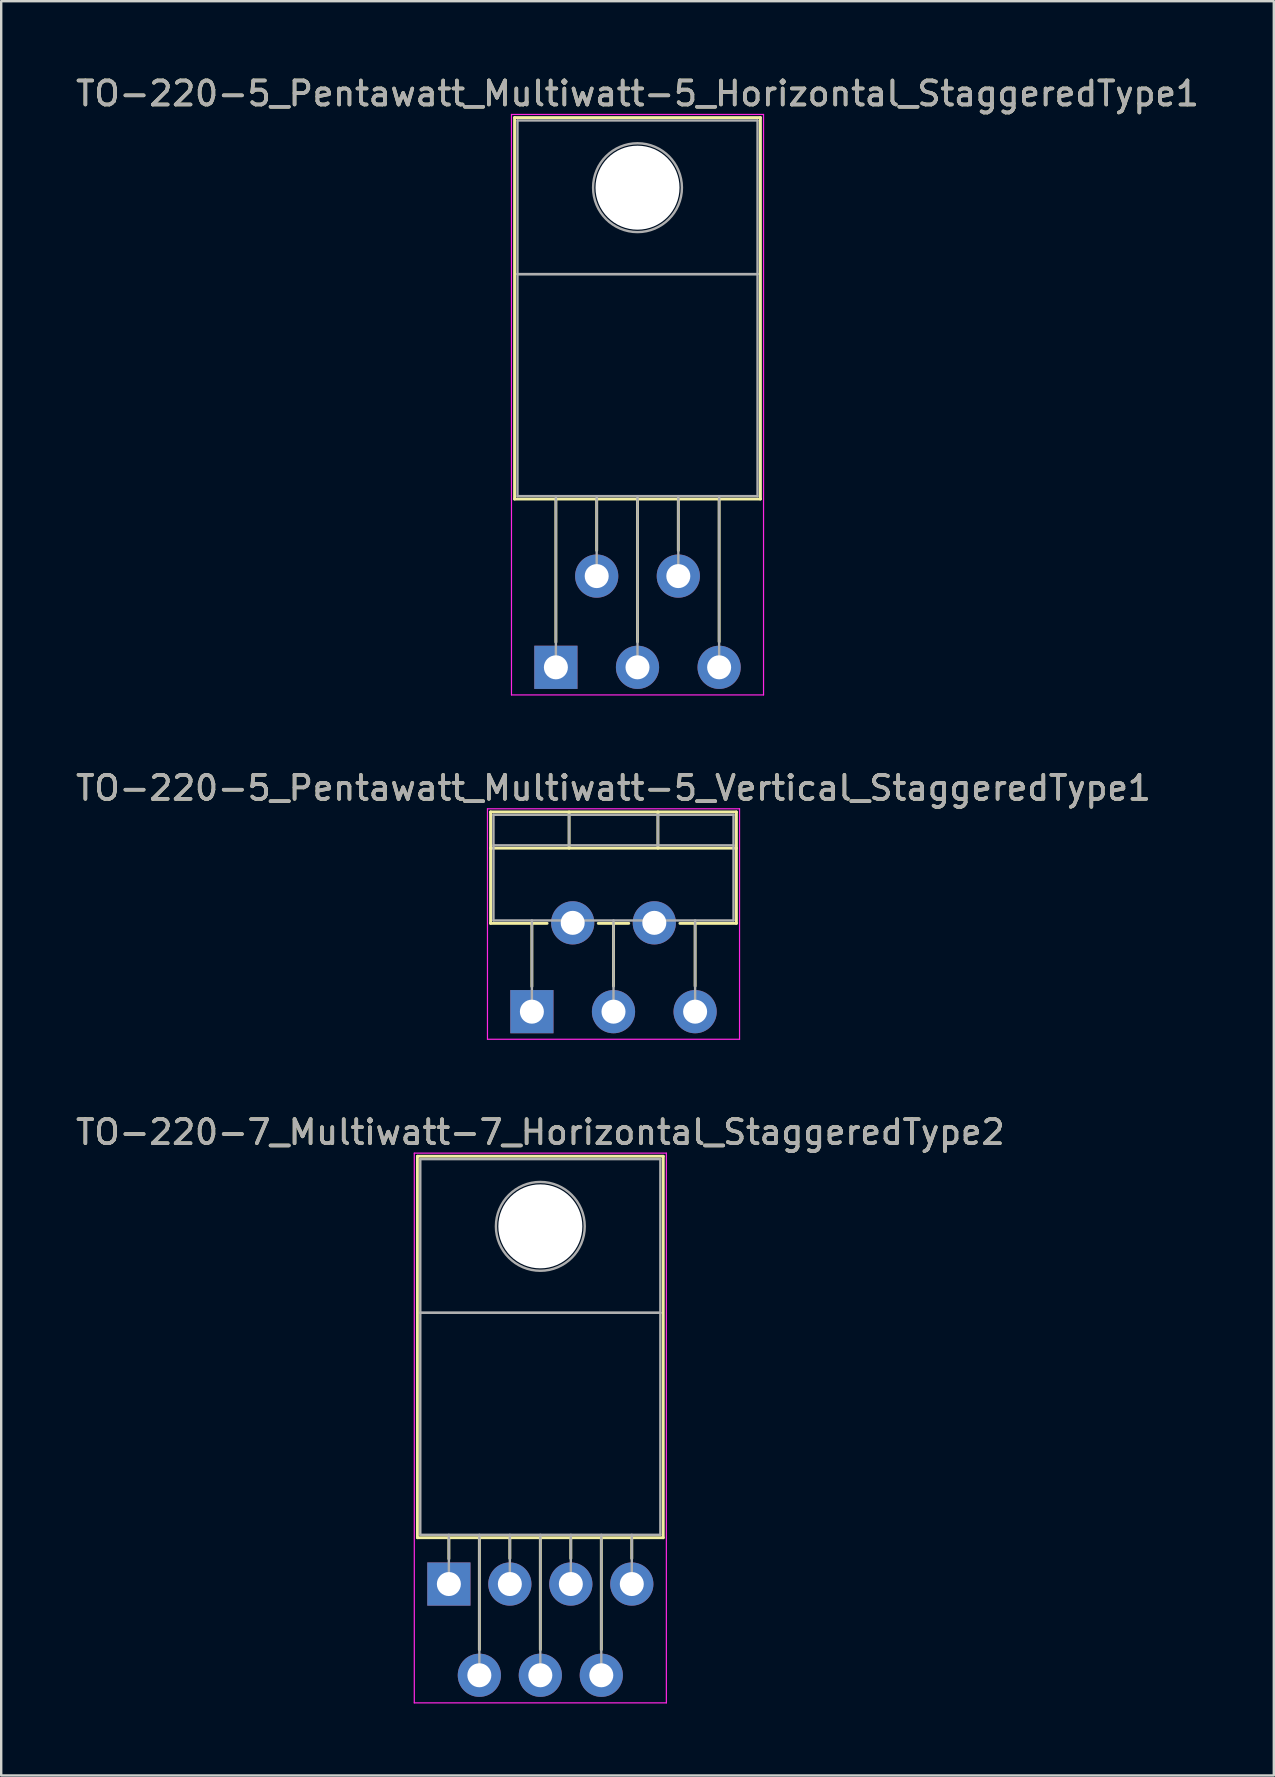
<source format=kicad_pcb>
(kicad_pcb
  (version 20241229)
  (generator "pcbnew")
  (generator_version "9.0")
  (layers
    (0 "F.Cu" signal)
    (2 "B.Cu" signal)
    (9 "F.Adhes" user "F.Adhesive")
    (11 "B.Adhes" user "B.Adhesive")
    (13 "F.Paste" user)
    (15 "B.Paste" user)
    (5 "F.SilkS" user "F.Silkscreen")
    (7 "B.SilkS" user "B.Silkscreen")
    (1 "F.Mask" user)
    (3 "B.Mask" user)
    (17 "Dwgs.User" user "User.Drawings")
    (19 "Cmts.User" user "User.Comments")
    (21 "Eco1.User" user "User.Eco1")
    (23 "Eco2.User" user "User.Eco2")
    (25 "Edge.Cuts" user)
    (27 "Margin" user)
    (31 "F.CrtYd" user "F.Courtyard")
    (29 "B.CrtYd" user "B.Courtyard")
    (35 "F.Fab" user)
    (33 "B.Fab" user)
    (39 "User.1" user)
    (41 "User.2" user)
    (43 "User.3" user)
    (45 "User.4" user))
  (footprint "TO-220-5_Pentawatt_Multiwatt-5_Vertical_StaggeredType1"
    (layer "F.Cu")
    (at 19.106 39.092)
    (property "Reference" "TO-220-5_Pentawatt_Multiwatt-5_Vertical_StaggeredType1" (at 3.4 -9.32 0) (layer "F.SilkS") (effects (font (size 1 1) (thickness 0.15))))
    (attr through_hole)
    (fp_line (start -1.721 -8.32) (end -1.721 -3.679) (stroke (width 0.12) (type solid)) (layer "F.SilkS"))
    (fp_line (start -1.721 -8.32) (end 8.52 -8.32) (stroke (width 0.12) (type solid)) (layer "F.SilkS"))
    (fp_line (start -1.721 -6.811) (end 8.52 -6.811) (stroke (width 0.12) (type solid)) (layer "F.SilkS"))
    (fp_line (start -1.721 -3.679) (end 0.635 -3.679) (stroke (width 0.12) (type solid)) (layer "F.SilkS"))
    (fp_line (start 0 -3.679) (end 0 -1.049) (stroke (width 0.12) (type solid)) (layer "F.SilkS"))
    (fp_line (start 1.55 -8.32) (end 1.55 -6.811) (stroke (width 0.12) (type solid)) (layer "F.SilkS"))
    (fp_line (start 2.765 -3.679) (end 4.035 -3.679) (stroke (width 0.12) (type solid)) (layer "F.SilkS"))
    (fp_line (start 3.4 -3.679) (end 3.4 -1.065) (stroke (width 0.12) (type solid)) (layer "F.SilkS"))
    (fp_line (start 5.25 -8.32) (end 5.25 -6.811) (stroke (width 0.12) (type solid)) (layer "F.SilkS"))
    (fp_line (start 6.165 -3.679) (end 8.52 -3.679) (stroke (width 0.12) (type solid)) (layer "F.SilkS"))
    (fp_line (start 6.8 -3.679) (end 6.8 -1.065) (stroke (width 0.12) (type solid)) (layer "F.SilkS"))
    (fp_line (start 8.52 -8.32) (end 8.52 -3.679) (stroke (width 0.12) (type solid)) (layer "F.SilkS"))
    (fp_line (start -1.85 -8.45) (end -1.85 1.15) (stroke (width 0.05) (type solid)) (layer "F.CrtYd"))
    (fp_line (start -1.85 1.15) (end 8.65 1.15) (stroke (width 0.05) (type solid)) (layer "F.CrtYd"))
    (fp_line (start 8.65 -8.45) (end -1.85 -8.45) (stroke (width 0.05) (type solid)) (layer "F.CrtYd"))
    (fp_line (start 8.65 1.15) (end 8.65 -8.45) (stroke (width 0.05) (type solid)) (layer "F.CrtYd"))
    (fp_line (start -1.6 -8.2) (end -1.6 -3.8) (stroke (width 0.1) (type solid)) (layer "F.Fab"))
    (fp_line (start -1.6 -6.93) (end 8.4 -6.93) (stroke (width 0.1) (type solid)) (layer "F.Fab"))
    (fp_line (start -1.6 -3.8) (end 8.4 -3.8) (stroke (width 0.1) (type solid)) (layer "F.Fab"))
    (fp_line (start 0 -3.8) (end 0 0) (stroke (width 0.1) (type solid)) (layer "F.Fab"))
    (fp_line (start 1.55 -8.2) (end 1.55 -6.93) (stroke (width 0.1) (type solid)) (layer "F.Fab"))
    (fp_line (start 1.7 -3.8) (end 1.7 -3.7) (stroke (width 0.1) (type solid)) (layer "F.Fab"))
    (fp_line (start 3.4 -3.8) (end 3.4 0) (stroke (width 0.1) (type solid)) (layer "F.Fab"))
    (fp_line (start 5.1 -3.8) (end 5.1 -3.7) (stroke (width 0.1) (type solid)) (layer "F.Fab"))
    (fp_line (start 5.25 -8.2) (end 5.25 -6.93) (stroke (width 0.1) (type solid)) (layer "F.Fab"))
    (fp_line (start 6.8 -3.8) (end 6.8 0) (stroke (width 0.1) (type solid)) (layer "F.Fab"))
    (fp_line (start 8.4 -8.2) (end -1.6 -8.2) (stroke (width 0.1) (type solid)) (layer "F.Fab"))
    (fp_line (start 8.4 -3.8) (end 8.4 -8.2) (stroke (width 0.1) (type solid)) (layer "F.Fab"))
    (fp_text user "${REFERENCE}" (at 3.4 -9.32 0) (layer "F.Fab") (effects (font (size 1 1) (thickness 0.15))))
    (pad "1" thru_hole rect (at 0 0) (size 1.8 1.8) (drill 1) (layers "*.Cu" "*.Mask"))
    (pad "2" thru_hole oval (at 1.7 -3.7) (size 1.8 1.8) (drill 1) (layers "*.Cu" "*.Mask"))
    (pad "3" thru_hole oval (at 3.4 0) (size 1.8 1.8) (drill 1) (layers "*.Cu" "*.Mask"))
    (pad "4" thru_hole oval (at 5.1 -3.7) (size 1.8 1.8) (drill 1) (layers "*.Cu" "*.Mask"))
    (pad "5" thru_hole oval (at 6.8 0) (size 1.8 1.8) (drill 1) (layers "*.Cu" "*.Mask")))
  (footprint "TO-220-7_Multiwatt-7_Horizontal_StaggeredType2"
    (layer "F.Cu")
    (at 15.648 62.935)
    (property "Reference" "TO-220-7_Multiwatt-7_Horizontal_StaggeredType2" (at 3.81 -18.82 0) (layer "F.SilkS") (effects (font (size 1 1) (thickness 0.15))))
    (attr through_hole)
    (fp_line (start -1.31 -17.82) (end -1.31 -1.93) (stroke (width 0.12) (type solid)) (layer "F.SilkS"))
    (fp_line (start -1.31 -17.82) (end 8.93 -17.82) (stroke (width 0.12) (type solid)) (layer "F.SilkS"))
    (fp_line (start -1.31 -1.93) (end 8.93 -1.93) (stroke (width 0.12) (type solid)) (layer "F.SilkS"))
    (fp_line (start 0 -1.93) (end 0 -1.05) (stroke (width 0.12) (type solid)) (layer "F.SilkS"))
    (fp_line (start 1.27 -1.93) (end 1.27 2.735) (stroke (width 0.12) (type solid)) (layer "F.SilkS"))
    (fp_line (start 2.54 -1.93) (end 2.54 -1.066) (stroke (width 0.12) (type solid)) (layer "F.SilkS"))
    (fp_line (start 3.81 -1.93) (end 3.81 2.735) (stroke (width 0.12) (type solid)) (layer "F.SilkS"))
    (fp_line (start 5.08 -1.93) (end 5.08 -1.066) (stroke (width 0.12) (type solid)) (layer "F.SilkS"))
    (fp_line (start 6.35 -1.93) (end 6.35 2.735) (stroke (width 0.12) (type solid)) (layer "F.SilkS"))
    (fp_line (start 7.62 -1.93) (end 7.62 -1.066) (stroke (width 0.12) (type solid)) (layer "F.SilkS"))
    (fp_line (start 8.93 -17.82) (end 8.93 -1.93) (stroke (width 0.12) (type solid)) (layer "F.SilkS"))
    (fp_line (start -1.44 -17.95) (end -1.44 4.95) (stroke (width 0.05) (type solid)) (layer "F.CrtYd"))
    (fp_line (start -1.44 4.95) (end 9.06 4.95) (stroke (width 0.05) (type solid)) (layer "F.CrtYd"))
    (fp_line (start 9.06 -17.95) (end -1.44 -17.95) (stroke (width 0.05) (type solid)) (layer "F.CrtYd"))
    (fp_line (start 9.06 4.95) (end 9.06 -17.95) (stroke (width 0.05) (type solid)) (layer "F.CrtYd"))
    (fp_line (start -1.19 -17.7) (end 8.81 -17.7) (stroke (width 0.1) (type solid)) (layer "F.Fab"))
    (fp_line (start -1.19 -11.3) (end -1.19 -17.7) (stroke (width 0.1) (type solid)) (layer "F.Fab"))
    (fp_line (start -1.19 -11.3) (end 8.81 -11.3) (stroke (width 0.1) (type solid)) (layer "F.Fab"))
    (fp_line (start -1.19 -2.05) (end -1.19 -11.3) (stroke (width 0.1) (type solid)) (layer "F.Fab"))
    (fp_line (start 0 -2.05) (end 0 0) (stroke (width 0.1) (type solid)) (layer "F.Fab"))
    (fp_line (start 1.27 -2.05) (end 1.27 3.8) (stroke (width 0.1) (type solid)) (layer "F.Fab"))
    (fp_line (start 2.54 -2.05) (end 2.54 0) (stroke (width 0.1) (type solid)) (layer "F.Fab"))
    (fp_line (start 3.81 -2.05) (end 3.81 3.8) (stroke (width 0.1) (type solid)) (layer "F.Fab"))
    (fp_line (start 5.08 -2.05) (end 5.08 0) (stroke (width 0.1) (type solid)) (layer "F.Fab"))
    (fp_line (start 6.35 -2.05) (end 6.35 3.8) (stroke (width 0.1) (type solid)) (layer "F.Fab"))
    (fp_line (start 7.62 -2.05) (end 7.62 0) (stroke (width 0.1) (type solid)) (layer "F.Fab"))
    (fp_line (start 8.81 -17.7) (end 8.81 -11.3) (stroke (width 0.1) (type solid)) (layer "F.Fab"))
    (fp_line (start 8.81 -11.3) (end -1.19 -11.3) (stroke (width 0.1) (type solid)) (layer "F.Fab"))
    (fp_line (start 8.81 -11.3) (end 8.81 -2.05) (stroke (width 0.1) (type solid)) (layer "F.Fab"))
    (fp_line (start 8.81 -2.05) (end -1.19 -2.05) (stroke (width 0.1) (type solid)) (layer "F.Fab"))
    (fp_circle (center 3.81 -14.9) (end 5.66 -14.9) (stroke (width 0.1) (type solid)) (fill no) (layer "F.Fab"))
    (fp_text user "${REFERENCE}" (at 3.81 -18.82 0) (layer "F.Fab") (effects (font (size 1 1) (thickness 0.15))))
    (pad "" np_thru_hole oval (at 3.81 -14.9) (size 3.5 3.5) (drill 3.5) (layers "*.Cu" "*.Mask"))
    (pad "1" thru_hole rect (at 0 0) (size 1.8 1.8) (drill 1) (layers "*.Cu" "*.Mask"))
    (pad "2" thru_hole oval (at 1.27 3.8) (size 1.8 1.8) (drill 1) (layers "*.Cu" "*.Mask"))
    (pad "3" thru_hole oval (at 2.54 0) (size 1.8 1.8) (drill 1) (layers "*.Cu" "*.Mask"))
    (pad "4" thru_hole oval (at 3.81 3.8) (size 1.8 1.8) (drill 1) (layers "*.Cu" "*.Mask"))
    (pad "5" thru_hole oval (at 5.08 0) (size 1.8 1.8) (drill 1) (layers "*.Cu" "*.Mask"))
    (pad "6" thru_hole oval (at 6.35 3.8) (size 1.8 1.8) (drill 1) (layers "*.Cu" "*.Mask"))
    (pad "7" thru_hole oval (at 7.62 0) (size 1.8 1.8) (drill 1) (layers "*.Cu" "*.Mask")))
  (footprint "TO-220-5_Pentawatt_Multiwatt-5_Horizontal_StaggeredType1"
    (layer "F.Cu")
    (at 20.106 24.748)
    (property "Reference" "TO-220-5_Pentawatt_Multiwatt-5_Horizontal_StaggeredType1" (at 3.4 -23.9 0) (layer "F.SilkS") (effects (font (size 1 1) (thickness 0.15))))
    (attr through_hole)
    (fp_line (start -1.721 -22.9) (end -1.721 -7.01) (stroke (width 0.12) (type solid)) (layer "F.SilkS"))
    (fp_line (start -1.721 -22.9) (end 8.52 -22.9) (stroke (width 0.12) (type solid)) (layer "F.SilkS"))
    (fp_line (start -1.721 -7.01) (end 8.52 -7.01) (stroke (width 0.12) (type solid)) (layer "F.SilkS"))
    (fp_line (start 0 -7.01) (end 0 -1.05) (stroke (width 0.12) (type solid)) (layer "F.SilkS"))
    (fp_line (start 1.7 -7.01) (end 1.7 -4.866) (stroke (width 0.12) (type solid)) (layer "F.SilkS"))
    (fp_line (start 3.4 -7.01) (end 3.4 -1.065) (stroke (width 0.12) (type solid)) (layer "F.SilkS"))
    (fp_line (start 5.1 -7.01) (end 5.1 -4.866) (stroke (width 0.12) (type solid)) (layer "F.SilkS"))
    (fp_line (start 6.8 -7.01) (end 6.8 -1.065) (stroke (width 0.12) (type solid)) (layer "F.SilkS"))
    (fp_line (start 8.52 -22.9) (end 8.52 -7.01) (stroke (width 0.12) (type solid)) (layer "F.SilkS"))
    (fp_line (start -1.85 -23.03) (end -1.85 1.15) (stroke (width 0.05) (type solid)) (layer "F.CrtYd"))
    (fp_line (start -1.85 1.15) (end 8.65 1.15) (stroke (width 0.05) (type solid)) (layer "F.CrtYd"))
    (fp_line (start 8.65 -23.03) (end -1.85 -23.03) (stroke (width 0.05) (type solid)) (layer "F.CrtYd"))
    (fp_line (start 8.65 1.15) (end 8.65 -23.03) (stroke (width 0.05) (type solid)) (layer "F.CrtYd"))
    (fp_line (start -1.6 -22.78) (end 8.4 -22.78) (stroke (width 0.1) (type solid)) (layer "F.Fab"))
    (fp_line (start -1.6 -16.38) (end -1.6 -22.78) (stroke (width 0.1) (type solid)) (layer "F.Fab"))
    (fp_line (start -1.6 -16.38) (end 8.4 -16.38) (stroke (width 0.1) (type solid)) (layer "F.Fab"))
    (fp_line (start -1.6 -7.13) (end -1.6 -16.38) (stroke (width 0.1) (type solid)) (layer "F.Fab"))
    (fp_line (start 0 -7.13) (end 0 0) (stroke (width 0.1) (type solid)) (layer "F.Fab"))
    (fp_line (start 1.7 -7.13) (end 1.7 -3.8) (stroke (width 0.1) (type solid)) (layer "F.Fab"))
    (fp_line (start 3.4 -7.13) (end 3.4 0) (stroke (width 0.1) (type solid)) (layer "F.Fab"))
    (fp_line (start 5.1 -7.13) (end 5.1 -3.8) (stroke (width 0.1) (type solid)) (layer "F.Fab"))
    (fp_line (start 6.8 -7.13) (end 6.8 0) (stroke (width 0.1) (type solid)) (layer "F.Fab"))
    (fp_line (start 8.4 -22.78) (end 8.4 -16.38) (stroke (width 0.1) (type solid)) (layer "F.Fab"))
    (fp_line (start 8.4 -16.38) (end -1.6 -16.38) (stroke (width 0.1) (type solid)) (layer "F.Fab"))
    (fp_line (start 8.4 -16.38) (end 8.4 -7.13) (stroke (width 0.1) (type solid)) (layer "F.Fab"))
    (fp_line (start 8.4 -7.13) (end -1.6 -7.13) (stroke (width 0.1) (type solid)) (layer "F.Fab"))
    (fp_circle (center 3.4 -19.98) (end 5.25 -19.98) (stroke (width 0.1) (type solid)) (fill no) (layer "F.Fab"))
    (fp_text user "${REFERENCE}" (at 3.4 -23.9 0) (layer "F.Fab") (effects (font (size 1 1) (thickness 0.15))))
    (pad "" np_thru_hole oval (at 3.4 -19.98) (size 3.5 3.5) (drill 3.5) (layers "*.Cu" "*.Mask"))
    (pad "1" thru_hole rect (at 0 0) (size 1.8 1.8) (drill 1) (layers "*.Cu" "*.Mask"))
    (pad "2" thru_hole oval (at 1.7 -3.8) (size 1.8 1.8) (drill 1) (layers "*.Cu" "*.Mask"))
    (pad "3" thru_hole oval (at 3.4 0) (size 1.8 1.8) (drill 1) (layers "*.Cu" "*.Mask"))
    (pad "4" thru_hole oval (at 5.1 -3.8) (size 1.8 1.8) (drill 1) (layers "*.Cu" "*.Mask"))
    (pad "5" thru_hole oval (at 6.8 0) (size 1.8 1.8) (drill 1) (layers "*.Cu" "*.Mask")))
  (gr_rect
    (start -3 -3)
    (end 50.012 70.91)
    (stroke (width 0.1) (type default))
    (fill no)
    (layer "Edge.Cuts")))
</source>
